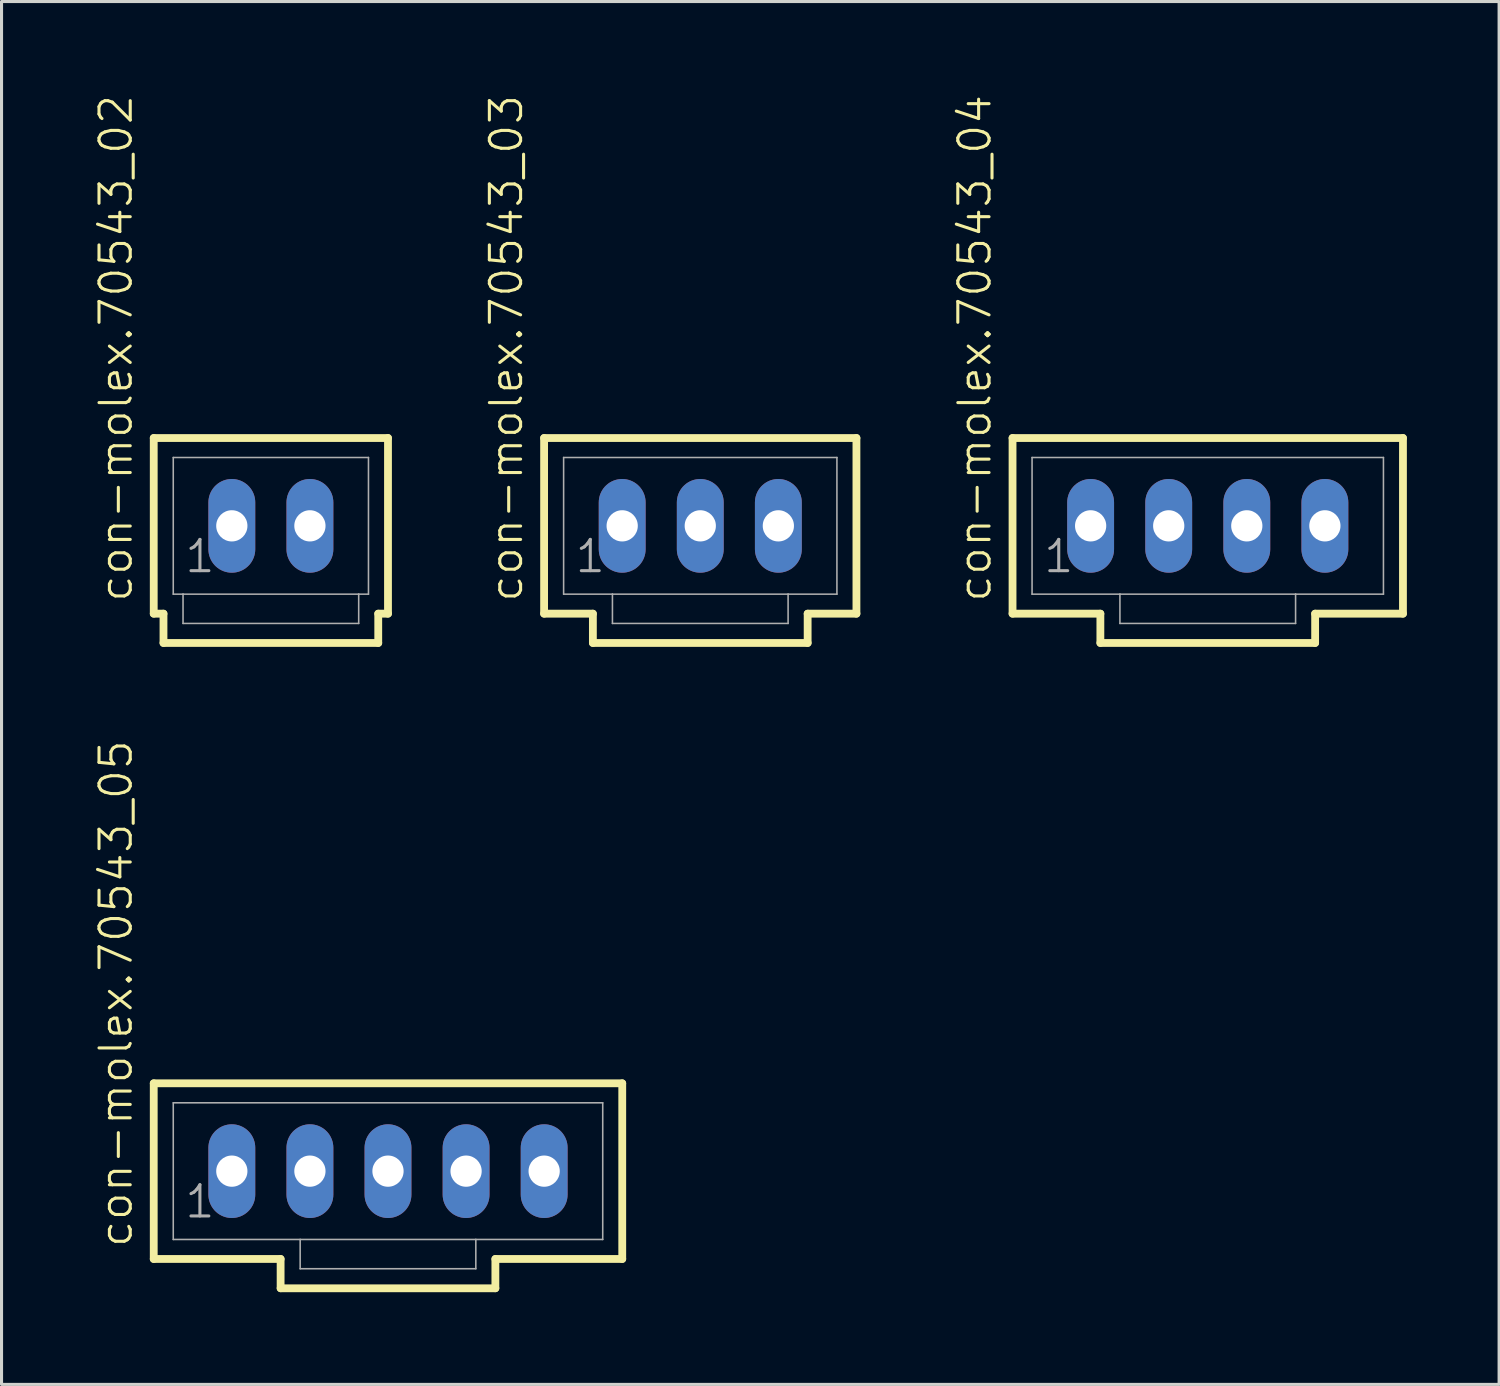
<source format=kicad_pcb>
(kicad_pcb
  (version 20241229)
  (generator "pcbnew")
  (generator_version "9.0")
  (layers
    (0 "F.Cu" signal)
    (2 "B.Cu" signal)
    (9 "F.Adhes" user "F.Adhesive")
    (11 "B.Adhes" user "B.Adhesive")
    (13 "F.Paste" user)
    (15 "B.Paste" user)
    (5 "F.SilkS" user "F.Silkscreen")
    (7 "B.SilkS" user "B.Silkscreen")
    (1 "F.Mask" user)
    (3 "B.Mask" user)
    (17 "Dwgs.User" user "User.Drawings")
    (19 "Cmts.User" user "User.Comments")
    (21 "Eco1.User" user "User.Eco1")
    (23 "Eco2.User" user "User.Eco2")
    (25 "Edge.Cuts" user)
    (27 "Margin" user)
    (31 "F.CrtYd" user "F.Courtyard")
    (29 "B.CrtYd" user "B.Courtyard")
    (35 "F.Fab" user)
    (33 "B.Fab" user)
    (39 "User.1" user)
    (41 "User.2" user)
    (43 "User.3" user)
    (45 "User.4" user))
  (footprint "con-molex.70543_03"
    (layer "F.Cu")
    (at 19.729 14.055)
    (property "Reference" "con-molex.70543_03" (at -5.715 2.54 90) (layer "F.SilkS") (effects (font (size 1.016 1.016) (thickness 0.1)) (justify left bottom)))
    (attr through_hole)
    (fp_line (start -5.08 -2.857) (end -5.08 2.857) (stroke (width 0.254) (type default)) (layer "F.SilkS"))
    (fp_line (start -5.08 2.857) (end -3.493 2.857) (stroke (width 0.254) (type default)) (layer "F.SilkS"))
    (fp_line (start -3.493 2.857) (end -3.493 3.81) (stroke (width 0.254) (type default)) (layer "F.SilkS"))
    (fp_line (start -3.493 3.81) (end 3.493 3.81) (stroke (width 0.254) (type default)) (layer "F.SilkS"))
    (fp_line (start 3.493 2.857) (end 5.08 2.857) (stroke (width 0.254) (type default)) (layer "F.SilkS"))
    (fp_line (start 3.493 3.81) (end 3.493 2.857) (stroke (width 0.254) (type default)) (layer "F.SilkS"))
    (fp_line (start 5.08 -2.857) (end -5.08 -2.857) (stroke (width 0.254) (type default)) (layer "F.SilkS"))
    (fp_line (start 5.08 2.857) (end 5.08 -2.857) (stroke (width 0.254) (type default)) (layer "F.SilkS"))
    (fp_line (start -4.445 -2.223) (end -4.445 2.223) (stroke (width 0.051) (type default)) (layer "F.Fab"))
    (fp_line (start -4.445 -2.223) (end 4.445 -2.223) (stroke (width 0.051) (type default)) (layer "F.Fab"))
    (fp_line (start -4.445 2.223) (end -2.857 2.223) (stroke (width 0.051) (type default)) (layer "F.Fab"))
    (fp_line (start -2.857 2.223) (end -2.857 3.175) (stroke (width 0.051) (type default)) (layer "F.Fab"))
    (fp_line (start -2.857 2.223) (end 2.857 2.223) (stroke (width 0.051) (type default)) (layer "F.Fab"))
    (fp_line (start 2.857 2.223) (end 2.857 3.175) (stroke (width 0.051) (type default)) (layer "F.Fab"))
    (fp_line (start 2.857 2.223) (end 4.445 2.223) (stroke (width 0.051) (type default)) (layer "F.Fab"))
    (fp_line (start 2.857 3.175) (end -2.857 3.175) (stroke (width 0.051) (type default)) (layer "F.Fab"))
    (fp_line (start 4.445 -2.223) (end 4.445 2.223) (stroke (width 0.051) (type default)) (layer "F.Fab"))
    (fp_rect (start -2.778 0.238) (end -2.302 -0.238) (stroke (width 0.05) (type default)) (fill no) (layer "F.Fab"))
    (fp_rect (start -0.238 0.238) (end 0.238 -0.238) (stroke (width 0.05) (type default)) (fill no) (layer "F.Fab"))
    (fp_rect (start 2.302 0.238) (end 2.778 -0.238) (stroke (width 0.05) (type default)) (fill no) (layer "F.Fab"))
    (fp_text user "1" (at -4.128 1.587 0) (layer "F.Fab") (effects (font (size 1.016 1.016) (thickness 0.1)) (justify left bottom)))
    (pad "1" thru_hole oval (at -2.54 0 90) (size 3.048 1.524) (drill 1.016) (layers "*.Cu" "*.Mask"))
    (pad "2" thru_hole oval (at 0 0 90) (size 3.048 1.524) (drill 1.016) (layers "*.Cu" "*.Mask"))
    (pad "3" thru_hole oval (at 2.54 0 90) (size 3.048 1.524) (drill 1.016) (layers "*.Cu" "*.Mask")))
  (footprint "con-molex.70543_04"
    (layer "F.Cu")
    (at 36.237 14.055)
    (property "Reference" "con-molex.70543_04" (at -6.985 2.54 90) (layer "F.SilkS") (effects (font (size 1.016 1.016) (thickness 0.1)) (justify left bottom)))
    (attr through_hole)
    (fp_line (start -6.35 -2.857) (end -6.35 2.857) (stroke (width 0.254) (type default)) (layer "F.SilkS"))
    (fp_line (start -6.35 2.857) (end -3.493 2.857) (stroke (width 0.254) (type default)) (layer "F.SilkS"))
    (fp_line (start -3.493 2.857) (end -3.493 3.81) (stroke (width 0.254) (type default)) (layer "F.SilkS"))
    (fp_line (start -3.493 3.81) (end 3.493 3.81) (stroke (width 0.254) (type default)) (layer "F.SilkS"))
    (fp_line (start 3.493 2.857) (end 6.35 2.857) (stroke (width 0.254) (type default)) (layer "F.SilkS"))
    (fp_line (start 3.493 3.81) (end 3.493 2.857) (stroke (width 0.254) (type default)) (layer "F.SilkS"))
    (fp_line (start 6.35 -2.857) (end -6.35 -2.857) (stroke (width 0.254) (type default)) (layer "F.SilkS"))
    (fp_line (start 6.35 2.857) (end 6.35 -2.857) (stroke (width 0.254) (type default)) (layer "F.SilkS"))
    (fp_line (start -5.715 -2.223) (end -5.715 2.223) (stroke (width 0.051) (type default)) (layer "F.Fab"))
    (fp_line (start -5.715 -2.223) (end 5.715 -2.223) (stroke (width 0.051) (type default)) (layer "F.Fab"))
    (fp_line (start -5.715 2.223) (end -2.857 2.223) (stroke (width 0.051) (type default)) (layer "F.Fab"))
    (fp_line (start -2.857 2.223) (end -2.857 3.175) (stroke (width 0.051) (type default)) (layer "F.Fab"))
    (fp_line (start -2.857 2.223) (end 2.857 2.223) (stroke (width 0.051) (type default)) (layer "F.Fab"))
    (fp_line (start 2.857 2.223) (end 2.857 3.175) (stroke (width 0.051) (type default)) (layer "F.Fab"))
    (fp_line (start 2.857 2.223) (end 5.715 2.223) (stroke (width 0.051) (type default)) (layer "F.Fab"))
    (fp_line (start 2.857 3.175) (end -2.857 3.175) (stroke (width 0.051) (type default)) (layer "F.Fab"))
    (fp_line (start 5.715 -2.223) (end 5.715 2.223) (stroke (width 0.051) (type default)) (layer "F.Fab"))
    (fp_rect (start -4.048 0.238) (end -3.572 -0.238) (stroke (width 0.05) (type default)) (fill no) (layer "F.Fab"))
    (fp_rect (start -1.508 0.238) (end -1.032 -0.238) (stroke (width 0.05) (type default)) (fill no) (layer "F.Fab"))
    (fp_rect (start 1.032 0.238) (end 1.508 -0.238) (stroke (width 0.05) (type default)) (fill no) (layer "F.Fab"))
    (fp_rect (start 3.572 0.238) (end 4.048 -0.238) (stroke (width 0.05) (type default)) (fill no) (layer "F.Fab"))
    (fp_text user "1" (at -5.397 1.587 0) (layer "F.Fab") (effects (font (size 1.016 1.016) (thickness 0.1)) (justify left bottom)))
    (pad "1" thru_hole oval (at -3.81 0 90) (size 3.048 1.524) (drill 1.016) (layers "*.Cu" "*.Mask"))
    (pad "2" thru_hole oval (at -1.27 0 90) (size 3.048 1.524) (drill 1.016) (layers "*.Cu" "*.Mask"))
    (pad "3" thru_hole oval (at 1.27 0 90) (size 3.048 1.524) (drill 1.016) (layers "*.Cu" "*.Mask"))
    (pad "4" thru_hole oval (at 3.81 0 90) (size 3.048 1.524) (drill 1.016) (layers "*.Cu" "*.Mask")))
  (footprint "con-molex.70543_05"
    (layer "F.Cu")
    (at 9.571 35.046)
    (property "Reference" "con-molex.70543_05" (at -8.255 2.54 90) (layer "F.SilkS") (effects (font (size 1.016 1.016) (thickness 0.1)) (justify left bottom)))
    (attr through_hole)
    (fp_line (start -7.62 -2.857) (end -7.62 2.857) (stroke (width 0.254) (type default)) (layer "F.SilkS"))
    (fp_line (start -7.62 2.857) (end -3.493 2.857) (stroke (width 0.254) (type default)) (layer "F.SilkS"))
    (fp_line (start -3.493 2.857) (end -3.493 3.81) (stroke (width 0.254) (type default)) (layer "F.SilkS"))
    (fp_line (start -3.493 3.81) (end 3.493 3.81) (stroke (width 0.254) (type default)) (layer "F.SilkS"))
    (fp_line (start 3.493 2.857) (end 7.62 2.857) (stroke (width 0.254) (type default)) (layer "F.SilkS"))
    (fp_line (start 3.493 3.81) (end 3.493 2.857) (stroke (width 0.254) (type default)) (layer "F.SilkS"))
    (fp_line (start 7.62 -2.857) (end -7.62 -2.857) (stroke (width 0.254) (type default)) (layer "F.SilkS"))
    (fp_line (start 7.62 2.857) (end 7.62 -2.857) (stroke (width 0.254) (type default)) (layer "F.SilkS"))
    (fp_line (start -6.985 -2.223) (end -6.985 2.223) (stroke (width 0.051) (type default)) (layer "F.Fab"))
    (fp_line (start -6.985 -2.223) (end 6.985 -2.223) (stroke (width 0.051) (type default)) (layer "F.Fab"))
    (fp_line (start -6.985 2.223) (end -2.857 2.223) (stroke (width 0.051) (type default)) (layer "F.Fab"))
    (fp_line (start -2.857 2.223) (end -2.857 3.175) (stroke (width 0.051) (type default)) (layer "F.Fab"))
    (fp_line (start -2.857 2.223) (end 2.857 2.223) (stroke (width 0.051) (type default)) (layer "F.Fab"))
    (fp_line (start 2.857 2.223) (end 2.857 3.175) (stroke (width 0.051) (type default)) (layer "F.Fab"))
    (fp_line (start 2.857 2.223) (end 6.985 2.223) (stroke (width 0.051) (type default)) (layer "F.Fab"))
    (fp_line (start 2.857 3.175) (end -2.857 3.175) (stroke (width 0.051) (type default)) (layer "F.Fab"))
    (fp_line (start 6.985 -2.223) (end 6.985 2.223) (stroke (width 0.051) (type default)) (layer "F.Fab"))
    (fp_rect (start -5.318 0.238) (end -4.842 -0.238) (stroke (width 0.05) (type default)) (fill no) (layer "F.Fab"))
    (fp_rect (start -2.778 0.238) (end -2.302 -0.238) (stroke (width 0.05) (type default)) (fill no) (layer "F.Fab"))
    (fp_rect (start -0.238 0.238) (end 0.238 -0.238) (stroke (width 0.05) (type default)) (fill no) (layer "F.Fab"))
    (fp_rect (start 2.302 0.238) (end 2.778 -0.238) (stroke (width 0.05) (type default)) (fill no) (layer "F.Fab"))
    (fp_rect (start 4.842 0.238) (end 5.318 -0.238) (stroke (width 0.05) (type default)) (fill no) (layer "F.Fab"))
    (fp_text user "1" (at -6.668 1.587 0) (layer "F.Fab") (effects (font (size 1.016 1.016) (thickness 0.1)) (justify left bottom)))
    (pad "1" thru_hole oval (at -5.08 0 90) (size 3.048 1.524) (drill 1.016) (layers "*.Cu" "*.Mask"))
    (pad "2" thru_hole oval (at -2.54 0 90) (size 3.048 1.524) (drill 1.016) (layers "*.Cu" "*.Mask"))
    (pad "3" thru_hole oval (at 0 0 90) (size 3.048 1.524) (drill 1.016) (layers "*.Cu" "*.Mask"))
    (pad "4" thru_hole oval (at 2.54 0 90) (size 3.048 1.524) (drill 1.016) (layers "*.Cu" "*.Mask"))
    (pad "5" thru_hole oval (at 5.08 0 90) (size 3.048 1.524) (drill 1.016) (layers "*.Cu" "*.Mask")))
  (footprint "con-molex.70543_02"
    (layer "F.Cu")
    (at 5.761 14.055)
    (property "Reference" "con-molex.70543_02" (at -4.445 2.54 90) (layer "F.SilkS") (effects (font (size 1.016 1.016) (thickness 0.1)) (justify left bottom)))
    (attr through_hole)
    (fp_line (start -3.81 -2.857) (end -3.81 2.857) (stroke (width 0.254) (type default)) (layer "F.SilkS"))
    (fp_line (start -3.81 2.857) (end -3.493 2.857) (stroke (width 0.254) (type default)) (layer "F.SilkS"))
    (fp_line (start -3.493 2.857) (end -3.493 3.81) (stroke (width 0.254) (type default)) (layer "F.SilkS"))
    (fp_line (start -3.493 3.81) (end 3.493 3.81) (stroke (width 0.254) (type default)) (layer "F.SilkS"))
    (fp_line (start 3.493 2.857) (end 3.81 2.857) (stroke (width 0.254) (type default)) (layer "F.SilkS"))
    (fp_line (start 3.493 3.81) (end 3.493 2.857) (stroke (width 0.254) (type default)) (layer "F.SilkS"))
    (fp_line (start 3.81 -2.857) (end -3.81 -2.857) (stroke (width 0.254) (type default)) (layer "F.SilkS"))
    (fp_line (start 3.81 2.857) (end 3.81 -2.857) (stroke (width 0.254) (type default)) (layer "F.SilkS"))
    (fp_line (start -3.175 -2.223) (end -3.175 2.223) (stroke (width 0.051) (type default)) (layer "F.Fab"))
    (fp_line (start -3.175 -2.223) (end 3.175 -2.223) (stroke (width 0.051) (type default)) (layer "F.Fab"))
    (fp_line (start -3.175 2.223) (end -2.857 2.223) (stroke (width 0.051) (type default)) (layer "F.Fab"))
    (fp_line (start -2.857 2.223) (end -2.857 3.175) (stroke (width 0.051) (type default)) (layer "F.Fab"))
    (fp_line (start -2.857 2.223) (end 2.857 2.223) (stroke (width 0.051) (type default)) (layer "F.Fab"))
    (fp_line (start 2.857 2.223) (end 2.857 3.175) (stroke (width 0.051) (type default)) (layer "F.Fab"))
    (fp_line (start 2.857 2.223) (end 3.175 2.223) (stroke (width 0.051) (type default)) (layer "F.Fab"))
    (fp_line (start 2.857 3.175) (end -2.857 3.175) (stroke (width 0.051) (type default)) (layer "F.Fab"))
    (fp_line (start 3.175 -2.223) (end 3.175 2.223) (stroke (width 0.051) (type default)) (layer "F.Fab"))
    (fp_rect (start -1.508 0.238) (end -1.032 -0.238) (stroke (width 0.05) (type default)) (fill no) (layer "F.Fab"))
    (fp_rect (start 1.032 0.238) (end 1.508 -0.238) (stroke (width 0.05) (type default)) (fill no) (layer "F.Fab"))
    (fp_text user "1" (at -2.857 1.587 0) (layer "F.Fab") (effects (font (size 1.016 1.016) (thickness 0.1)) (justify left bottom)))
    (pad "1" thru_hole oval (at -1.27 0 90) (size 3.048 1.524) (drill 1.016) (layers "*.Cu" "*.Mask"))
    (pad "2" thru_hole oval (at 1.27 0 90) (size 3.048 1.524) (drill 1.016) (layers "*.Cu" "*.Mask")))
  (gr_rect
    (start -3 -3)
    (end 45.714 41.983)
    (stroke (width 0.1) (type default))
    (fill no)
    (layer "Edge.Cuts")))
</source>
